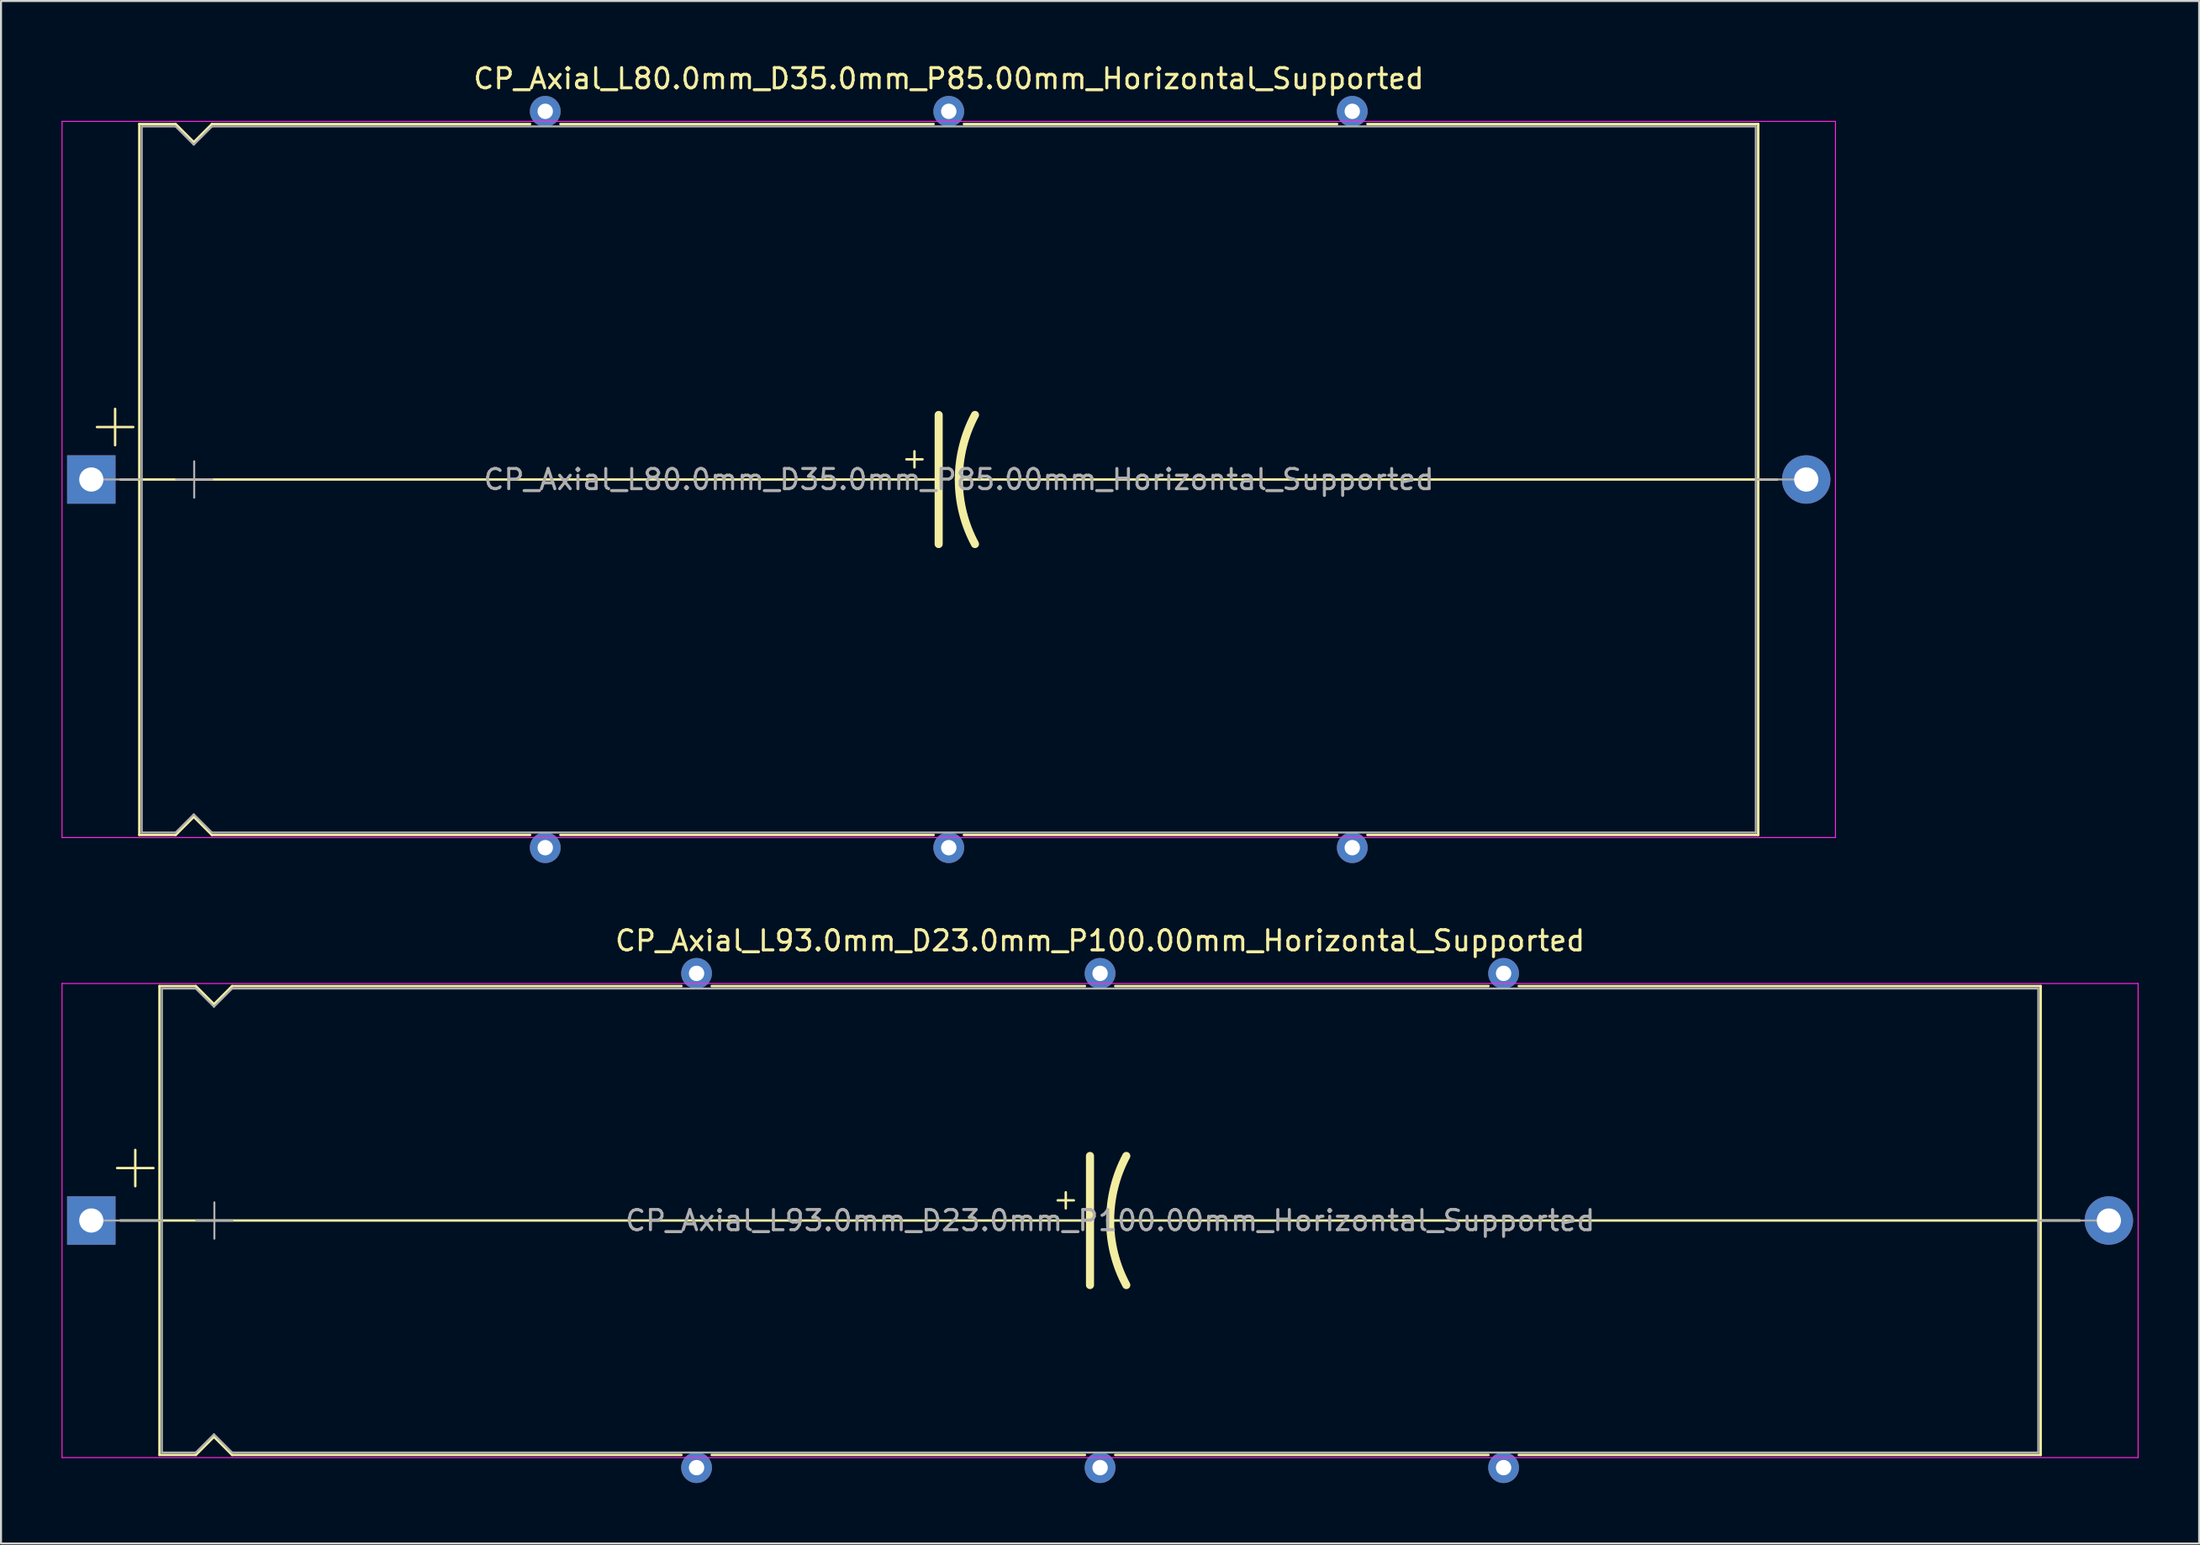
<source format=kicad_pcb>
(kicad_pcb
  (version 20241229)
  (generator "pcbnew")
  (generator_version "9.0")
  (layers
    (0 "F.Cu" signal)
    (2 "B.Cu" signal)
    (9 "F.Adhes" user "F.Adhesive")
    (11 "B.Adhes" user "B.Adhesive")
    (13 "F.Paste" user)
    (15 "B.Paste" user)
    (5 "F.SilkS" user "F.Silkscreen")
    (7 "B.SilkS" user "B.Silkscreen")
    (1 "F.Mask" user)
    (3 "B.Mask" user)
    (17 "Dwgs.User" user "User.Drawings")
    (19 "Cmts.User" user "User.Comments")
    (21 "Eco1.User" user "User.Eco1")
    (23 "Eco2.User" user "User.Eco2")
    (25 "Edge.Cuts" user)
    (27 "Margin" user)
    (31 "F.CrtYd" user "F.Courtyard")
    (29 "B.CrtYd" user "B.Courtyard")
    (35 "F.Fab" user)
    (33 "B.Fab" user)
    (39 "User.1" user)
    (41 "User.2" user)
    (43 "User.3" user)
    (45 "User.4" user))
  (footprint "CP_Axial_L80.0mm_D35.0mm_P85.00mm_Horizontal_Supported"
    (layer "F.Cu")
    (at 1.475 20.718)
    (property "Reference" "CP_Axial_L80.0mm_D35.0mm_P85.00mm_Horizontal_Supported" (at 42.5 -19.87 0) (layer "F.SilkS") (effects (font (size 1 1) (thickness 0.15))))
    (attr through_hole)
    (fp_line (start 0.28 -2.6) (end 2.08 -2.6) (stroke (width 0.12) (type solid)) (layer "F.SilkS"))
    (fp_line (start 1.18 -3.5) (end 1.18 -1.7) (stroke (width 0.12) (type solid)) (layer "F.SilkS"))
    (fp_line (start 1.44 0) (end 2.38 0) (stroke (width 0.12) (type solid)) (layer "F.SilkS"))
    (fp_line (start 2.38 -17.62) (end 2.38 17.62) (stroke (width 0.12) (type solid)) (layer "F.SilkS"))
    (fp_line (start 2.38 -17.62) (end 4.18 -17.62) (stroke (width 0.12) (type solid)) (layer "F.SilkS"))
    (fp_line (start 2.38 0) (end 42 0) (stroke (width 0.12) (type solid)) (layer "F.SilkS"))
    (fp_line (start 2.38 17.62) (end 4.18 17.62) (stroke (width 0.12) (type solid)) (layer "F.SilkS"))
    (fp_line (start 4.18 -17.62) (end 5.08 -16.72) (stroke (width 0.12) (type solid)) (layer "F.SilkS"))
    (fp_line (start 4.18 17.62) (end 5.08 16.72) (stroke (width 0.12) (type solid)) (layer "F.SilkS"))
    (fp_line (start 5.08 -16.72) (end 5.98 -17.62) (stroke (width 0.12) (type solid)) (layer "F.SilkS"))
    (fp_line (start 5.08 16.72) (end 5.98 17.62) (stroke (width 0.12) (type solid)) (layer "F.SilkS"))
    (fp_line (start 5.98 -17.62) (end 21.75 -17.62) (stroke (width 0.12) (type solid)) (layer "F.SilkS"))
    (fp_line (start 5.98 17.62) (end 21.75 17.62) (stroke (width 0.12) (type solid)) (layer "F.SilkS"))
    (fp_line (start 23.25 -17.62) (end 41.75 -17.62) (stroke (width 0.12) (type solid)) (layer "F.SilkS"))
    (fp_line (start 23.25 17.62) (end 41.75 17.62) (stroke (width 0.12) (type solid)) (layer "F.SilkS"))
    (fp_line (start 40.4 -1) (end 41.2 -1) (stroke (width 0.12) (type solid)) (layer "F.SilkS"))
    (fp_line (start 40.8 -1.4) (end 40.8 -0.6) (stroke (width 0.12) (type solid)) (layer "F.SilkS"))
    (fp_line (start 42 0) (end 42 -3.2) (stroke (width 0.4) (type solid)) (layer "F.SilkS"))
    (fp_line (start 42 0) (end 42 3.2) (stroke (width 0.4) (type solid)) (layer "F.SilkS"))
    (fp_line (start 43.25 -17.62) (end 61.75 -17.62) (stroke (width 0.12) (type solid)) (layer "F.SilkS"))
    (fp_line (start 43.25 17.62) (end 61.75 17.62) (stroke (width 0.12) (type solid)) (layer "F.SilkS"))
    (fp_line (start 63.25 -17.62) (end 82.62 -17.62) (stroke (width 0.12) (type solid)) (layer "F.SilkS"))
    (fp_line (start 63.25 17.62) (end 82.62 17.62) (stroke (width 0.12) (type solid)) (layer "F.SilkS"))
    (fp_line (start 82.62 -17.62) (end 82.62 17.62) (stroke (width 0.12) (type solid)) (layer "F.SilkS"))
    (fp_line (start 82.62 0) (end 43 0) (stroke (width 0.12) (type solid)) (layer "F.SilkS"))
    (fp_line (start 83.56 0) (end 82.62 0) (stroke (width 0.12) (type solid)) (layer "F.SilkS"))
    (fp_arc (start 43 0) (mid 43.203541 -1.649116) (end 43.8 -3.2) (stroke (width 0.4) (type solid)) (layer "F.SilkS"))
    (fp_arc (start 43.8 3.2) (mid 43.200703 1.649824) (end 43 0) (stroke (width 0.4) (type solid)) (layer "F.SilkS"))
    (fp_line (start -1.45 -17.75) (end -1.45 17.75) (stroke (width 0.05) (type solid)) (layer "F.CrtYd"))
    (fp_line (start -1.45 17.75) (end 86.45 17.75) (stroke (width 0.05) (type solid)) (layer "F.CrtYd"))
    (fp_line (start 86.45 -17.75) (end -1.45 -17.75) (stroke (width 0.05) (type solid)) (layer "F.CrtYd"))
    (fp_line (start 86.45 17.75) (end 86.45 -17.75) (stroke (width 0.05) (type solid)) (layer "F.CrtYd"))
    (fp_line (start 0 0) (end 2.5 0) (stroke (width 0.1) (type solid)) (layer "F.Fab"))
    (fp_line (start 2.5 -17.5) (end 2.5 17.5) (stroke (width 0.1) (type solid)) (layer "F.Fab"))
    (fp_line (start 2.5 -17.5) (end 4.18 -17.5) (stroke (width 0.1) (type solid)) (layer "F.Fab"))
    (fp_line (start 2.5 17.5) (end 4.18 17.5) (stroke (width 0.1) (type solid)) (layer "F.Fab"))
    (fp_line (start 4.18 -17.5) (end 5.08 -16.6) (stroke (width 0.1) (type solid)) (layer "F.Fab"))
    (fp_line (start 4.18 17.5) (end 5.08 16.6) (stroke (width 0.1) (type solid)) (layer "F.Fab"))
    (fp_line (start 4.2 0) (end 6 0) (stroke (width 0.1) (type solid)) (layer "F.Fab"))
    (fp_line (start 5.08 -16.6) (end 5.98 -17.5) (stroke (width 0.1) (type solid)) (layer "F.Fab"))
    (fp_line (start 5.08 16.6) (end 5.98 17.5) (stroke (width 0.1) (type solid)) (layer "F.Fab"))
    (fp_line (start 5.1 -0.9) (end 5.1 0.9) (stroke (width 0.1) (type solid)) (layer "F.Fab"))
    (fp_line (start 5.98 -17.5) (end 82.5 -17.5) (stroke (width 0.1) (type solid)) (layer "F.Fab"))
    (fp_line (start 5.98 17.5) (end 82.5 17.5) (stroke (width 0.1) (type solid)) (layer "F.Fab"))
    (fp_line (start 82.5 -17.5) (end 82.5 17.5) (stroke (width 0.1) (type solid)) (layer "F.Fab"))
    (fp_line (start 85 0) (end 82.5 0) (stroke (width 0.1) (type solid)) (layer "F.Fab"))
    (fp_text user "${REFERENCE}" (at 43 0 0) (layer "F.Fab") (effects (font (size 1 1) (thickness 0.15))))
    (pad "" thru_hole circle (at 22.5 -18.25) (size 1.524 1.524) (drill 0.762) (layers "*.Cu" "*.Mask"))
    (pad "" thru_hole circle (at 22.5 18.25) (size 1.524 1.524) (drill 0.762) (layers "*.Cu" "*.Mask"))
    (pad "" thru_hole circle (at 42.5 -18.25) (size 1.524 1.524) (drill 0.762) (layers "*.Cu" "*.Mask"))
    (pad "" thru_hole circle (at 42.5 18.25) (size 1.524 1.524) (drill 0.762) (layers "*.Cu" "*.Mask"))
    (pad "" thru_hole circle (at 62.5 -18.25) (size 1.524 1.524) (drill 0.762) (layers "*.Cu" "*.Mask"))
    (pad "" thru_hole circle (at 62.5 18.25) (size 1.524 1.524) (drill 0.762) (layers "*.Cu" "*.Mask"))
    (pad "1" thru_hole rect (at 0 0) (size 2.4 2.4) (drill 1.2) (layers "*.Cu" "*.Mask"))
    (pad "2" thru_hole oval (at 85 0) (size 2.4 2.4) (drill 1.2) (layers "*.Cu" "*.Mask")))
  (footprint "CP_Axial_L93.0mm_D23.0mm_P100.00mm_Horizontal_Supported"
    (layer "F.Cu")
    (at 1.475 57.449)
    (property "Reference" "CP_Axial_L93.0mm_D23.0mm_P100.00mm_Horizontal_Supported" (at 50 -13.87 0) (layer "F.SilkS") (effects (font (size 1 1) (thickness 0.15))))
    (attr through_hole)
    (fp_line (start 1.28 -2.6) (end 3.08 -2.6) (stroke (width 0.12) (type solid)) (layer "F.SilkS"))
    (fp_line (start 1.44 0) (end 3.38 0) (stroke (width 0.12) (type solid)) (layer "F.SilkS"))
    (fp_line (start 2.18 -3.5) (end 2.18 -1.7) (stroke (width 0.12) (type solid)) (layer "F.SilkS"))
    (fp_line (start 3.38 -11.62) (end 3.38 11.62) (stroke (width 0.12) (type solid)) (layer "F.SilkS"))
    (fp_line (start 3.38 -11.62) (end 5.18 -11.62) (stroke (width 0.12) (type solid)) (layer "F.SilkS"))
    (fp_line (start 3.38 0) (end 49.5 0) (stroke (width 0.12) (type solid)) (layer "F.SilkS"))
    (fp_line (start 3.38 11.62) (end 5.18 11.62) (stroke (width 0.12) (type solid)) (layer "F.SilkS"))
    (fp_line (start 5.18 -11.62) (end 6.08 -10.72) (stroke (width 0.12) (type solid)) (layer "F.SilkS"))
    (fp_line (start 5.18 11.62) (end 6.08 10.72) (stroke (width 0.12) (type solid)) (layer "F.SilkS"))
    (fp_line (start 6.08 -10.72) (end 6.98 -11.62) (stroke (width 0.12) (type solid)) (layer "F.SilkS"))
    (fp_line (start 6.08 10.72) (end 6.98 11.62) (stroke (width 0.12) (type solid)) (layer "F.SilkS"))
    (fp_line (start 6.98 -11.62) (end 29.25 -11.62) (stroke (width 0.12) (type solid)) (layer "F.SilkS"))
    (fp_line (start 6.98 11.62) (end 29.25 11.62) (stroke (width 0.12) (type solid)) (layer "F.SilkS"))
    (fp_line (start 30.75 -11.62) (end 49.25 -11.62) (stroke (width 0.12) (type solid)) (layer "F.SilkS"))
    (fp_line (start 30.75 11.62) (end 49.25 11.62) (stroke (width 0.12) (type solid)) (layer "F.SilkS"))
    (fp_line (start 47.9 -1) (end 48.7 -1) (stroke (width 0.12) (type solid)) (layer "F.SilkS"))
    (fp_line (start 48.3 -1.4) (end 48.3 -0.6) (stroke (width 0.12) (type solid)) (layer "F.SilkS"))
    (fp_line (start 49.5 0) (end 49.5 -3.2) (stroke (width 0.4) (type solid)) (layer "F.SilkS"))
    (fp_line (start 49.5 0) (end 49.5 3.2) (stroke (width 0.4) (type solid)) (layer "F.SilkS"))
    (fp_line (start 50.75 -11.62) (end 69.25 -11.62) (stroke (width 0.12) (type solid)) (layer "F.SilkS"))
    (fp_line (start 50.75 11.62) (end 69.25 11.62) (stroke (width 0.12) (type solid)) (layer "F.SilkS"))
    (fp_line (start 70.75 -11.62) (end 96.62 -11.62) (stroke (width 0.12) (type solid)) (layer "F.SilkS"))
    (fp_line (start 70.75 11.62) (end 96.62 11.62) (stroke (width 0.12) (type solid)) (layer "F.SilkS"))
    (fp_line (start 96.62 -11.62) (end 96.62 11.62) (stroke (width 0.12) (type solid)) (layer "F.SilkS"))
    (fp_line (start 96.62 0) (end 50.5 0) (stroke (width 0.12) (type solid)) (layer "F.SilkS"))
    (fp_line (start 98.56 0) (end 96.62 0) (stroke (width 0.12) (type solid)) (layer "F.SilkS"))
    (fp_arc (start 50.5 0) (mid 50.703546 -1.649113) (end 51.3 -3.2) (stroke (width 0.4) (type solid)) (layer "F.SilkS"))
    (fp_arc (start 51.3 3.2) (mid 50.700708 1.649824) (end 50.5 0) (stroke (width 0.4) (type solid)) (layer "F.SilkS"))
    (fp_line (start -1.45 -11.75) (end -1.45 11.75) (stroke (width 0.05) (type solid)) (layer "F.CrtYd"))
    (fp_line (start -1.45 11.75) (end 101.45 11.75) (stroke (width 0.05) (type solid)) (layer "F.CrtYd"))
    (fp_line (start 101.45 -11.75) (end -1.45 -11.75) (stroke (width 0.05) (type solid)) (layer "F.CrtYd"))
    (fp_line (start 101.45 11.75) (end 101.45 -11.75) (stroke (width 0.05) (type solid)) (layer "F.CrtYd"))
    (fp_line (start 0 0) (end 3.5 0) (stroke (width 0.1) (type solid)) (layer "F.Fab"))
    (fp_line (start 3.5 -11.5) (end 3.5 11.5) (stroke (width 0.1) (type solid)) (layer "F.Fab"))
    (fp_line (start 3.5 -11.5) (end 5.18 -11.5) (stroke (width 0.1) (type solid)) (layer "F.Fab"))
    (fp_line (start 3.5 11.5) (end 5.18 11.5) (stroke (width 0.1) (type solid)) (layer "F.Fab"))
    (fp_line (start 5.18 -11.5) (end 6.08 -10.6) (stroke (width 0.1) (type solid)) (layer "F.Fab"))
    (fp_line (start 5.18 11.5) (end 6.08 10.6) (stroke (width 0.1) (type solid)) (layer "F.Fab"))
    (fp_line (start 5.2 0) (end 7 0) (stroke (width 0.1) (type solid)) (layer "F.Fab"))
    (fp_line (start 6.08 -10.6) (end 6.98 -11.5) (stroke (width 0.1) (type solid)) (layer "F.Fab"))
    (fp_line (start 6.08 10.6) (end 6.98 11.5) (stroke (width 0.1) (type solid)) (layer "F.Fab"))
    (fp_line (start 6.1 -0.9) (end 6.1 0.9) (stroke (width 0.1) (type solid)) (layer "F.Fab"))
    (fp_line (start 6.98 -11.5) (end 96.5 -11.5) (stroke (width 0.1) (type solid)) (layer "F.Fab"))
    (fp_line (start 6.98 11.5) (end 96.5 11.5) (stroke (width 0.1) (type solid)) (layer "F.Fab"))
    (fp_line (start 96.5 -11.5) (end 96.5 11.5) (stroke (width 0.1) (type solid)) (layer "F.Fab"))
    (fp_line (start 100 0) (end 96.5 0) (stroke (width 0.1) (type solid)) (layer "F.Fab"))
    (fp_text user "${REFERENCE}" (at 50.5 0 0) (layer "F.Fab") (effects (font (size 1 1) (thickness 0.15))))
    (pad "" thru_hole circle (at 30 -12.25) (size 1.524 1.524) (drill 0.762) (layers "*.Cu" "*.Mask"))
    (pad "" thru_hole circle (at 30 12.25) (size 1.524 1.524) (drill 0.762) (layers "*.Cu" "*.Mask"))
    (pad "" thru_hole circle (at 50 -12.25) (size 1.524 1.524) (drill 0.762) (layers "*.Cu" "*.Mask"))
    (pad "" thru_hole circle (at 50 12.25) (size 1.524 1.524) (drill 0.762) (layers "*.Cu" "*.Mask"))
    (pad "" thru_hole circle (at 70 -12.25) (size 1.524 1.524) (drill 0.762) (layers "*.Cu" "*.Mask"))
    (pad "" thru_hole circle (at 70 12.25) (size 1.524 1.524) (drill 0.762) (layers "*.Cu" "*.Mask"))
    (pad "1" thru_hole rect (at 0 0) (size 2.4 2.4) (drill 1.2) (layers "*.Cu" "*.Mask"))
    (pad "2" thru_hole oval (at 100 0) (size 2.4 2.4) (drill 1.2) (layers "*.Cu" "*.Mask")))
  (gr_rect
    (start -3 -3)
    (end 105.95 73.46)
    (stroke (width 0.1) (type default))
    (fill no)
    (layer "Edge.Cuts")))
</source>
